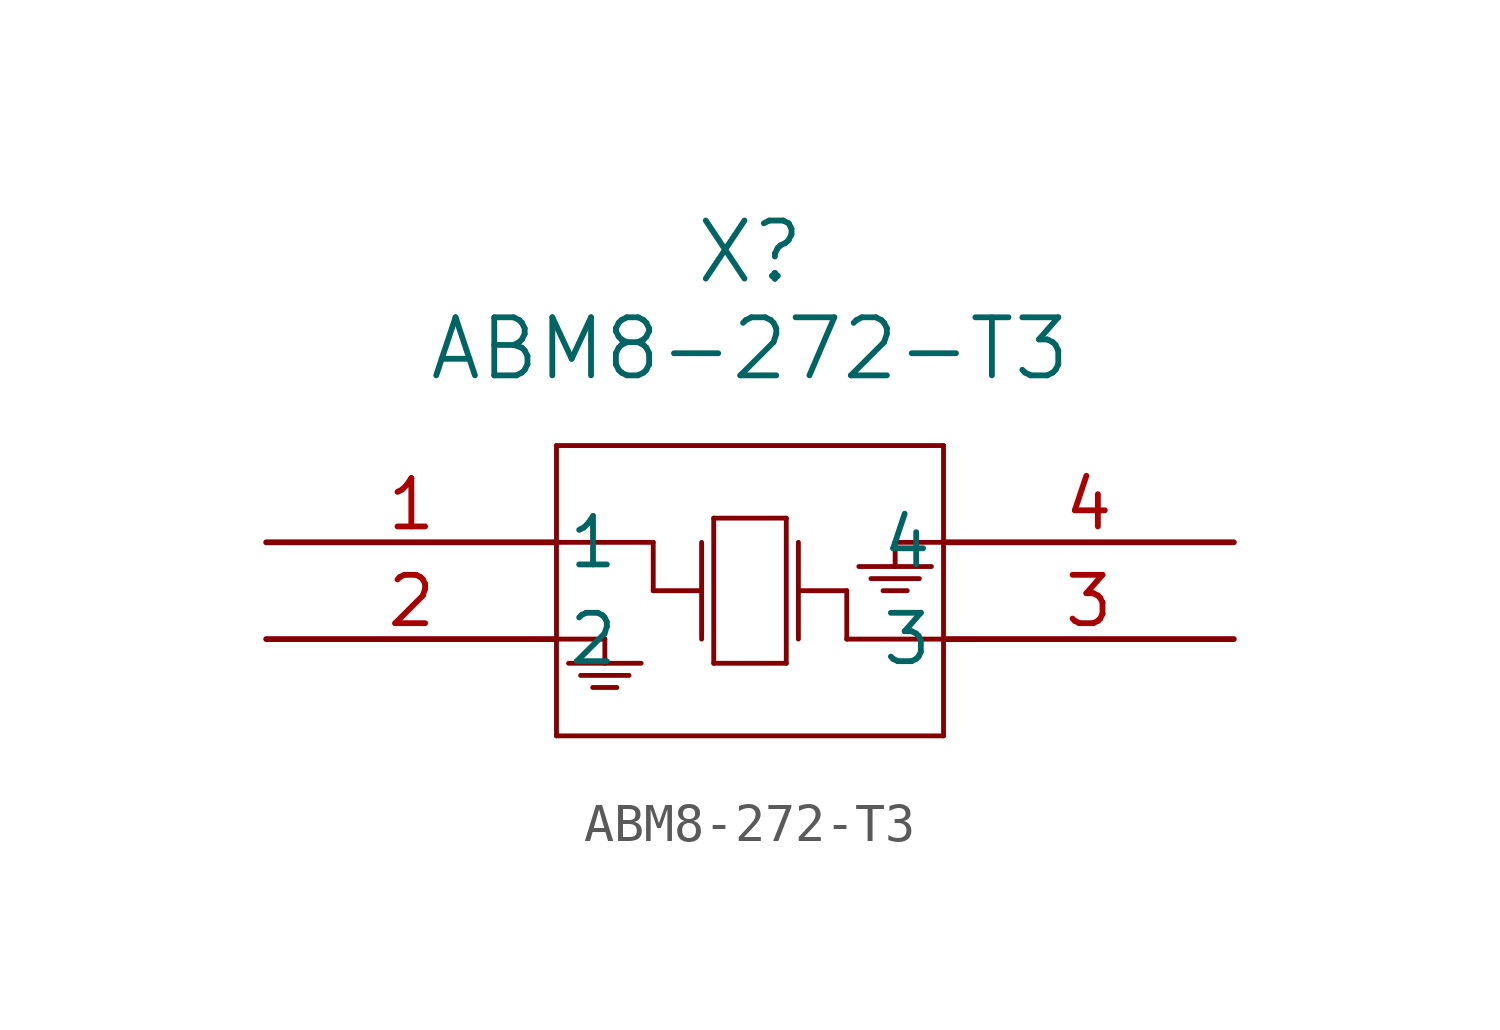
<source format=kicad_sym>
(kicad_symbol_lib
  (version 20241209)
  (generator "kicad_symbol_editor")
  (generator_version "9.0")
  (symbol "ABM8-272-T3"
    (pin_names
      (offset 0.254))
    (property "Reference" "X"
      (at 12.7 7.62 0)
      (effects (font (size 1.524 1.524))))
    (property "Value" "ABM8-272-T3"
      (at 12.7 5.08 0)
      (effects (font (size 1.524 1.524))))
    (property "ki_locked" ""
      (at 0 0 0)
      (effects (font (size 1.27 1.27))))
    (symbol "ABM8-272-T3_0_1"
      (polyline (pts (xy 7.62 2.54) (xy 7.62 -5.08)) (stroke (width 0.127) (type default)) (fill (type none)))
      (polyline (pts (xy 7.62 -2.54) (xy 8.89 -2.54)) (stroke (width 0.127) (type default)) (fill (type none)))
      (polyline (pts (xy 7.62 -5.08) (xy 17.78 -5.08)) (stroke (width 0.127) (type default)) (fill (type none)))
      (polyline (pts (xy 7.938 -3.175) (xy 9.842 -3.175)) (stroke (width 0.127) (type default)) (fill (type none)))
      (polyline (pts (xy 8.255 -3.493) (xy 9.525 -3.493)) (stroke (width 0.127) (type default)) (fill (type none)))
      (polyline (pts (xy 8.572 -3.81) (xy 9.207 -3.81)) (stroke (width 0.127) (type default)) (fill (type none)))
      (polyline (pts (xy 8.89 -2.54) (xy 8.89 -3.175)) (stroke (width 0.127) (type default)) (fill (type none)))
      (polyline (pts (xy 10.16 0) (xy 7.62 0)) (stroke (width 0.127) (type default)) (fill (type none)))
      (polyline (pts (xy 10.16 -1.27) (xy 10.16 0)) (stroke (width 0.127) (type default)) (fill (type none)))
      (polyline (pts (xy 11.43 0) (xy 11.43 -2.54)) (stroke (width 0.127) (type default)) (fill (type none)))
      (polyline (pts (xy 11.43 -1.27) (xy 10.16 -1.27)) (stroke (width 0.127) (type default)) (fill (type none)))
      (polyline (pts (xy 11.748 0.635) (xy 11.748 -3.175)) (stroke (width 0.127) (type default)) (fill (type none)))
      (polyline (pts (xy 11.748 -3.175) (xy 13.652 -3.175)) (stroke (width 0.127) (type default)) (fill (type none)))
      (polyline (pts (xy 13.652 0.635) (xy 11.748 0.635)) (stroke (width 0.127) (type default)) (fill (type none)))
      (polyline (pts (xy 13.652 -3.175) (xy 13.652 0.635)) (stroke (width 0.127) (type default)) (fill (type none)))
      (polyline (pts (xy 13.97 0) (xy 13.97 -2.54)) (stroke (width 0.127) (type default)) (fill (type none)))
      (polyline (pts (xy 13.97 -1.27) (xy 15.24 -1.27)) (stroke (width 0.127) (type default)) (fill (type none)))
      (polyline (pts (xy 15.24 -1.27) (xy 15.24 -2.54)) (stroke (width 0.127) (type default)) (fill (type none)))
      (polyline (pts (xy 15.24 -2.54) (xy 17.78 -2.54)) (stroke (width 0.127) (type default)) (fill (type none)))
      (polyline (pts (xy 16.51 0) (xy 16.51 -0.635)) (stroke (width 0.127) (type default)) (fill (type none)))
      (polyline (pts (xy 16.828 -1.27) (xy 16.192 -1.27)) (stroke (width 0.127) (type default)) (fill (type none)))
      (polyline (pts (xy 17.145 -0.953) (xy 15.875 -0.953)) (stroke (width 0.127) (type default)) (fill (type none)))
      (polyline (pts (xy 17.462 -0.635) (xy 15.557 -0.635)) (stroke (width 0.127) (type default)) (fill (type none)))
      (polyline (pts (xy 17.78 2.54) (xy 7.62 2.54)) (stroke (width 0.127) (type default)) (fill (type none)))
      (polyline (pts (xy 17.78 0) (xy 16.51 0)) (stroke (width 0.127) (type default)) (fill (type none)))
      (polyline (pts (xy 17.78 -5.08) (xy 17.78 2.54)) (stroke (width 0.127) (type default)) (fill (type none)))
      (pin unspecified line (at 0 0 0) (length 7.62) (name "1" (effects (font (size 1.27 1.27)))) (number "1" (effects (font (size 1.27 1.27)))))
      (pin unspecified line (at 0 -2.54 0) (length 7.62) (name "2" (effects (font (size 1.27 1.27)))) (number "2" (effects (font (size 1.27 1.27)))))
      (pin unspecified line (at 25.4 0 180) (length 7.62) (name "4" (effects (font (size 1.27 1.27)))) (number "4" (effects (font (size 1.27 1.27)))))
      (pin unspecified line (at 25.4 -2.54 180) (length 7.62) (name "3" (effects (font (size 1.27 1.27)))) (number "3" (effects (font (size 1.27 1.27))))))))
</source>
